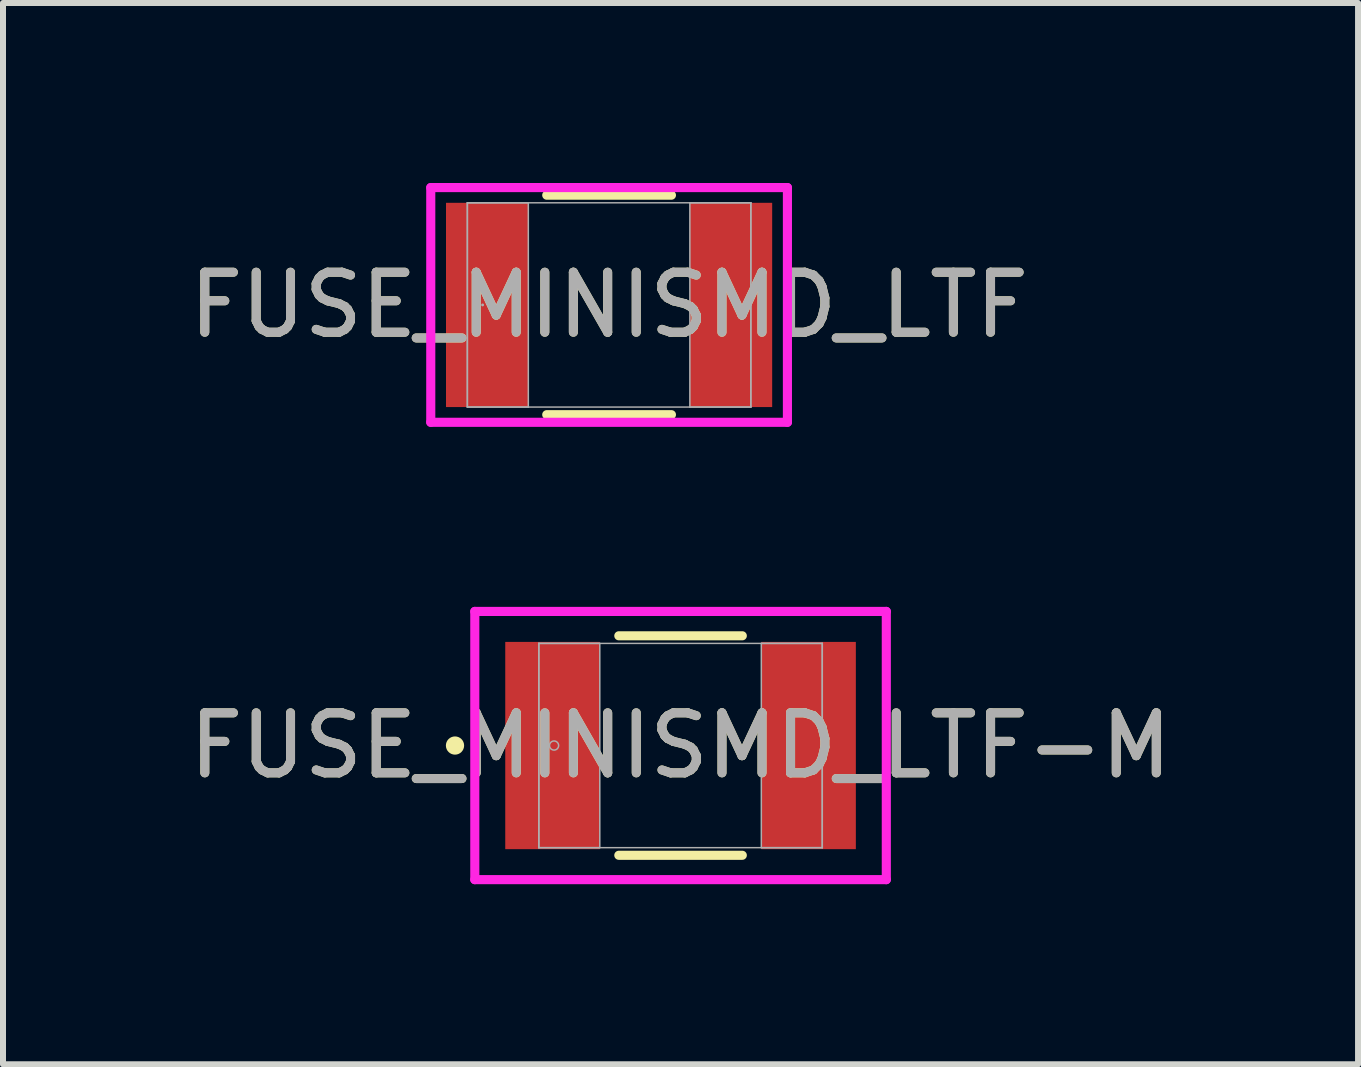
<source format=kicad_pcb>
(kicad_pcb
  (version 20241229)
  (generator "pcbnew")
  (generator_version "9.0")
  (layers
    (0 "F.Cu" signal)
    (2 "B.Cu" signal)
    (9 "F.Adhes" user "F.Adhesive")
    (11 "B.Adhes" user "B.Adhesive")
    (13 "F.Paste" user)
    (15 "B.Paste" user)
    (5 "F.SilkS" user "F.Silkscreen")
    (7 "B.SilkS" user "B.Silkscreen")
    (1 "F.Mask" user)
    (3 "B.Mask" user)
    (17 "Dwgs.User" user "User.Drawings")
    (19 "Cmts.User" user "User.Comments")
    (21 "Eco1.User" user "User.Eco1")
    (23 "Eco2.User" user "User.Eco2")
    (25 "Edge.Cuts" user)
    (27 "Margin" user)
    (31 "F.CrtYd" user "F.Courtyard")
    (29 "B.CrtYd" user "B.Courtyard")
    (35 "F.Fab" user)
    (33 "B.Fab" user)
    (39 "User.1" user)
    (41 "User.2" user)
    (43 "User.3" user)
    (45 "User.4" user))
  (footprint "FUSE_MINISMD_LTF-M"
    (layer "F.Cu")
    (at 8.292 9.375)
    (property "Reference" "FUSE_MINISMD_LTF-M" (at 0 0 0) (unlocked yes) (layer "F.SilkS") (effects (font (size 1 1) (thickness 0.15))))
    (attr smd)
    (fp_line (start -1.029 1.829) (end 1.029 1.829) (stroke (width 0.152) (type solid)) (layer "F.SilkS"))
    (fp_line (start 1.029 -1.829) (end -1.029 -1.829) (stroke (width 0.152) (type solid)) (layer "F.SilkS"))
    (fp_circle (center -3.759 0) (end -3.683 0) (stroke (width 0.152) (type solid)) (fill no) (layer "F.SilkS"))
    (fp_line (start -3.429 -2.235) (end 3.429 -2.235) (stroke (width 0.152) (type solid)) (layer "F.CrtYd"))
    (fp_line (start -3.429 2.235) (end -3.429 -2.235) (stroke (width 0.152) (type solid)) (layer "F.CrtYd"))
    (fp_line (start 3.429 -2.235) (end 3.429 2.235) (stroke (width 0.152) (type solid)) (layer "F.CrtYd"))
    (fp_line (start 3.429 2.235) (end -3.429 2.235) (stroke (width 0.152) (type solid)) (layer "F.CrtYd"))
    (fp_line (start -2.362 -1.702) (end -2.362 1.702) (stroke (width 0.025) (type solid)) (layer "F.Fab"))
    (fp_line (start -2.362 -1.702) (end -2.362 1.702) (stroke (width 0.025) (type solid)) (layer "F.Fab"))
    (fp_line (start -2.362 1.702) (end -1.346 1.702) (stroke (width 0.025) (type solid)) (layer "F.Fab"))
    (fp_line (start -2.362 1.702) (end 2.362 1.702) (stroke (width 0.025) (type solid)) (layer "F.Fab"))
    (fp_line (start -1.346 -1.702) (end -2.362 -1.702) (stroke (width 0.025) (type solid)) (layer "F.Fab"))
    (fp_line (start -1.346 1.702) (end -1.346 -1.702) (stroke (width 0.025) (type solid)) (layer "F.Fab"))
    (fp_line (start 1.346 -1.702) (end 1.346 1.702) (stroke (width 0.025) (type solid)) (layer "F.Fab"))
    (fp_line (start 1.346 1.702) (end 2.362 1.702) (stroke (width 0.025) (type solid)) (layer "F.Fab"))
    (fp_line (start 2.362 -1.702) (end -2.362 -1.702) (stroke (width 0.025) (type solid)) (layer "F.Fab"))
    (fp_line (start 2.362 -1.702) (end 1.346 -1.702) (stroke (width 0.025) (type solid)) (layer "F.Fab"))
    (fp_line (start 2.362 1.702) (end 2.362 -1.702) (stroke (width 0.025) (type solid)) (layer "F.Fab"))
    (fp_line (start 2.362 1.702) (end 2.362 -1.702) (stroke (width 0.025) (type solid)) (layer "F.Fab"))
    (fp_circle (center -2.108 0) (end -2.032 0) (stroke (width 0.025) (type solid)) (fill no) (layer "F.Fab"))
    (fp_text user "${REFERENCE}" (at 0 0 0) (unlocked yes) (layer "F.Fab") (effects (font (size 1 1) (thickness 0.15))))
    (pad "1" smd rect (at -2.134 0) (size 1.575 3.454) (layers "F.Cu" "F.Mask" "F.Paste"))
    (pad "2" smd rect (at 2.134 0) (size 1.575 3.454) (layers "F.Cu" "F.Mask" "F.Paste"))
    (zone (net_name "") (layer "F.Cu") (hatch full 0.508) (connect_pads) (min_thickness 0.254) (filled_areas_thickness no) (keepout (tracks not_allowed) (vias not_allowed) (pads allowed) (copperpour not_allowed) (footprints allowed)) (placement (enabled no)) (fill) (polygon (pts (xy 6.996 7.724) (xy 9.587 7.724) (xy 9.587 11.026) (xy 6.996 11.026)))))
  (footprint "FUSE_MINISMD_LTF"
    (layer "F.Cu")
    (at 7.101 2.032)
    (property "Reference" "FUSE_MINISMD_LTF" (at 0 0 0) (unlocked yes) (layer "F.SilkS") (effects (font (size 1 1) (thickness 0.15))))
    (attr smd)
    (fp_line (start -1.039 1.829) (end 1.039 1.829) (stroke (width 0.152) (type solid)) (layer "F.SilkS"))
    (fp_line (start 1.039 -1.829) (end -1.039 -1.829) (stroke (width 0.152) (type solid)) (layer "F.SilkS"))
    (fp_line (start -2.972 -1.956) (end 2.972 -1.956) (stroke (width 0.152) (type solid)) (layer "F.CrtYd"))
    (fp_line (start -2.972 1.956) (end -2.972 -1.956) (stroke (width 0.152) (type solid)) (layer "F.CrtYd"))
    (fp_line (start 2.972 -1.956) (end 2.972 1.956) (stroke (width 0.152) (type solid)) (layer "F.CrtYd"))
    (fp_line (start 2.972 1.956) (end -2.972 1.956) (stroke (width 0.152) (type solid)) (layer "F.CrtYd"))
    (fp_line (start -2.362 -1.702) (end -2.362 1.702) (stroke (width 0.025) (type solid)) (layer "F.Fab"))
    (fp_line (start -2.362 -1.702) (end -2.362 1.702) (stroke (width 0.025) (type solid)) (layer "F.Fab"))
    (fp_line (start -2.362 1.702) (end -1.346 1.702) (stroke (width 0.025) (type solid)) (layer "F.Fab"))
    (fp_line (start -2.362 1.702) (end 2.362 1.702) (stroke (width 0.025) (type solid)) (layer "F.Fab"))
    (fp_line (start -1.346 -1.702) (end -2.362 -1.702) (stroke (width 0.025) (type solid)) (layer "F.Fab"))
    (fp_line (start -1.346 1.702) (end -1.346 -1.702) (stroke (width 0.025) (type solid)) (layer "F.Fab"))
    (fp_line (start 1.346 -1.702) (end 1.346 1.702) (stroke (width 0.025) (type solid)) (layer "F.Fab"))
    (fp_line (start 1.346 1.702) (end 2.362 1.702) (stroke (width 0.025) (type solid)) (layer "F.Fab"))
    (fp_line (start 2.362 -1.702) (end -2.362 -1.702) (stroke (width 0.025) (type solid)) (layer "F.Fab"))
    (fp_line (start 2.362 -1.702) (end 1.346 -1.702) (stroke (width 0.025) (type solid)) (layer "F.Fab"))
    (fp_line (start 2.362 1.702) (end 2.362 -1.702) (stroke (width 0.025) (type solid)) (layer "F.Fab"))
    (fp_line (start 2.362 1.702) (end 2.362 -1.702) (stroke (width 0.025) (type solid)) (layer "F.Fab"))
    (fp_circle (center -2.108 0) (end -2.108 0) (stroke (width 0.025) (type solid)) (fill no) (layer "F.Fab"))
    (fp_text user "${REFERENCE}" (at 0 0 0) (unlocked yes) (layer "F.Fab") (effects (font (size 1 1) (thickness 0.15))))
    (pad "1" smd rect (at -2.032 0) (size 1.372 3.404) (layers "F.Cu" "F.Mask" "F.Paste"))
    (pad "2" smd rect (at 2.032 0) (size 1.372 3.404) (layers "F.Cu" "F.Mask" "F.Paste"))
    (zone (net_name "") (layer "F.Cu") (hatch full 0.508) (connect_pads) (min_thickness 0.254) (filled_areas_thickness no) (keepout (tracks not_allowed) (vias not_allowed) (pads allowed) (copperpour not_allowed) (footprints allowed)) (placement (enabled no)) (fill) (polygon (pts (xy 5.806 0.381) (xy 8.397 0.381) (xy 8.397 3.683) (xy 5.806 3.683)))))
  (gr_rect
    (start -3 -3)
    (end 19.583 14.687)
    (stroke (width 0.1) (type default))
    (fill no)
    (layer "Edge.Cuts")))
</source>
